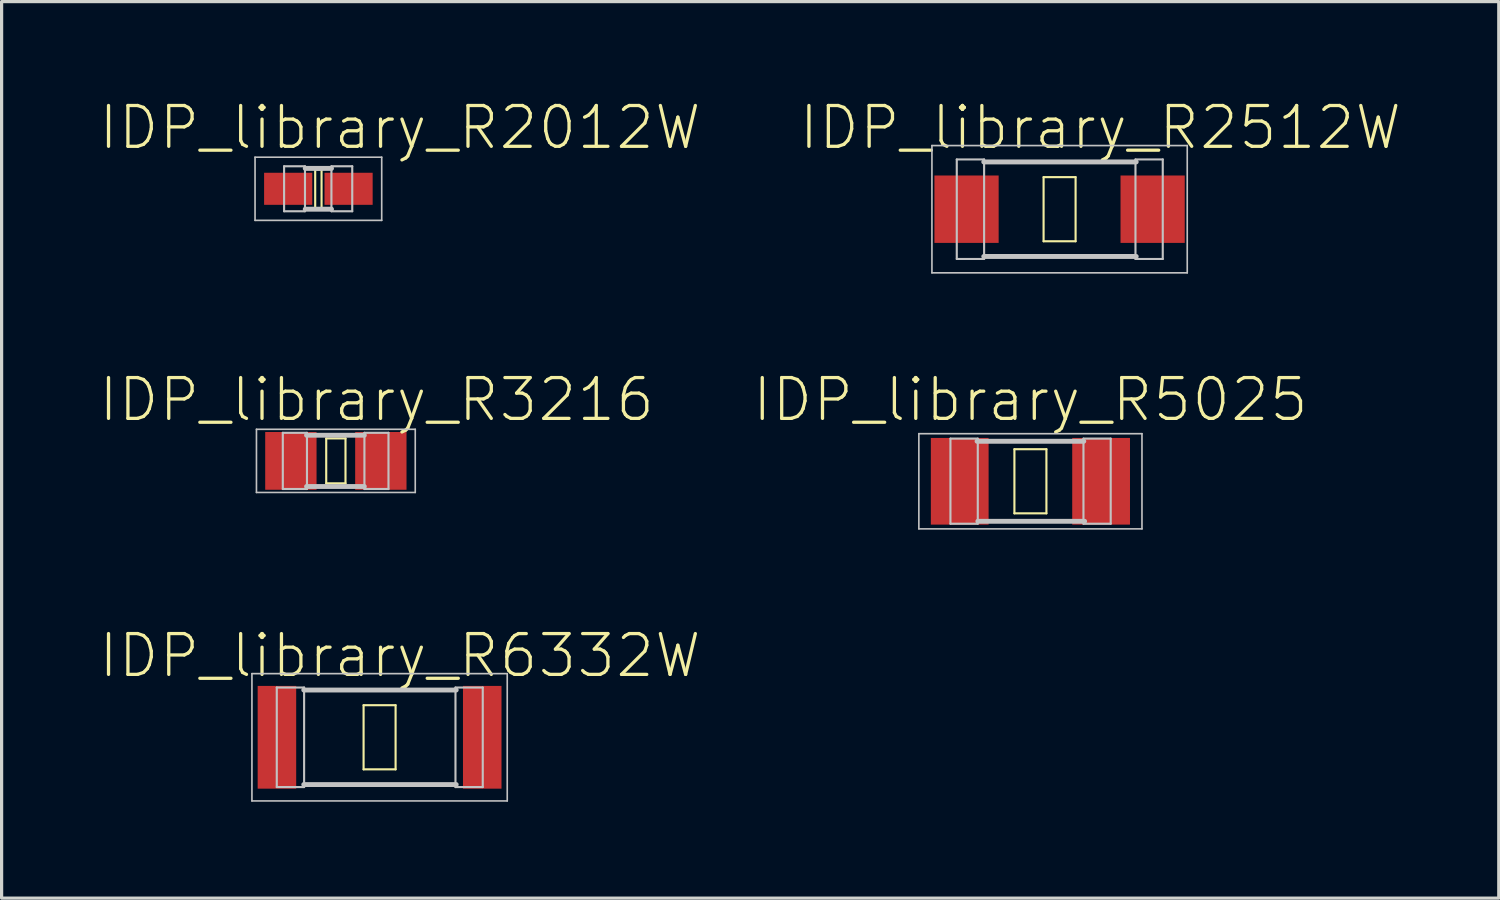
<source format=kicad_pcb>
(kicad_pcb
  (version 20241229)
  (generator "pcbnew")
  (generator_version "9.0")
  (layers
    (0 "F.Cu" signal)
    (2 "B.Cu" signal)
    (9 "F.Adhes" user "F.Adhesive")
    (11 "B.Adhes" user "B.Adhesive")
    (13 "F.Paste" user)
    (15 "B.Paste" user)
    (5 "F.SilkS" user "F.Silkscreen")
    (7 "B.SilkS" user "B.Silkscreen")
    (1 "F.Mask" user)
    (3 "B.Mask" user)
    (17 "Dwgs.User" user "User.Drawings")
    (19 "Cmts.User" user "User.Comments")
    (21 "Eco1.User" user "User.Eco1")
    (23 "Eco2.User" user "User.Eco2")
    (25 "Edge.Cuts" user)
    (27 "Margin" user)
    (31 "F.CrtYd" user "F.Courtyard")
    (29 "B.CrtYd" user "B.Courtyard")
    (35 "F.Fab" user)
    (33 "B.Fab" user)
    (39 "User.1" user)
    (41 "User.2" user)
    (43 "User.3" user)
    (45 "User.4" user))
  (footprint "IDP_library_R6332W"
    (layer "F.Cu")
    (at 8.764 19.897)
    (property "Reference" "IDP_library_R6332W" (at 0.635 -2.54 0) (layer "F.SilkS") (effects (font (size 1.27 1.27) (thickness 0.102))))
    (attr smd)
    (fp_line (start -0.498 -0.998) (end 0.498 -0.998) (stroke (width 0.066) (type solid)) (layer "F.SilkS"))
    (fp_line (start -0.498 0.998) (end -0.498 -0.998) (stroke (width 0.066) (type solid)) (layer "F.SilkS"))
    (fp_line (start -0.498 0.998) (end 0.498 0.998) (stroke (width 0.066) (type solid)) (layer "F.SilkS"))
    (fp_line (start 0.498 0.998) (end 0.498 -0.998) (stroke (width 0.066) (type solid)) (layer "F.SilkS"))
    (fp_line (start -3.973 -1.981) (end 3.973 -1.981) (stroke (width 0.051) (type solid)) (layer "Dwgs.User"))
    (fp_line (start -3.973 1.981) (end -3.973 -1.981) (stroke (width 0.051) (type solid)) (layer "Dwgs.User"))
    (fp_line (start -3.2 -1.549) (end -2.349 -1.549) (stroke (width 0.066) (type solid)) (layer "Dwgs.User"))
    (fp_line (start -3.2 1.549) (end -3.2 -1.549) (stroke (width 0.066) (type solid)) (layer "Dwgs.User"))
    (fp_line (start -3.2 1.549) (end -2.349 1.549) (stroke (width 0.066) (type solid)) (layer "Dwgs.User"))
    (fp_line (start -2.36 -1.471) (end 2.385 -1.471) (stroke (width 0.152) (type solid)) (layer "Dwgs.User"))
    (fp_line (start -2.36 1.471) (end 2.385 1.471) (stroke (width 0.152) (type solid)) (layer "Dwgs.User"))
    (fp_line (start -2.349 1.549) (end -2.349 -1.549) (stroke (width 0.066) (type solid)) (layer "Dwgs.User"))
    (fp_line (start 2.362 -1.549) (end 3.211 -1.549) (stroke (width 0.066) (type solid)) (layer "Dwgs.User"))
    (fp_line (start 2.362 1.549) (end 2.362 -1.549) (stroke (width 0.066) (type solid)) (layer "Dwgs.User"))
    (fp_line (start 2.362 1.549) (end 3.211 1.549) (stroke (width 0.066) (type solid)) (layer "Dwgs.User"))
    (fp_line (start 3.211 1.549) (end 3.211 -1.549) (stroke (width 0.066) (type solid)) (layer "Dwgs.User"))
    (fp_line (start 3.973 -1.981) (end 3.973 1.981) (stroke (width 0.051) (type solid)) (layer "Dwgs.User"))
    (fp_line (start 3.973 1.981) (end -3.973 1.981) (stroke (width 0.051) (type solid)) (layer "Dwgs.User"))
    (pad "1" smd rect (at -3.195 0) (size 1.199 3.198) (layers "F.Cu" "F.Mask" "F.Paste"))
    (pad "2" smd rect (at 3.195 0) (size 1.199 3.198) (layers "F.Cu" "F.Mask" "F.Paste")))
  (footprint "IDP_library_R2012W"
    (layer "F.Cu")
    (at 6.859 2.826)
    (property "Reference" "IDP_library_R2012W" (at 2.54 -1.905 0) (layer "F.SilkS") (effects (font (size 1.27 1.27) (thickness 0.102))))
    (attr smd)
    (fp_line (start -0.099 -0.599) (end 0.099 -0.599) (stroke (width 0.066) (type solid)) (layer "F.SilkS"))
    (fp_line (start -0.099 0.599) (end -0.099 -0.599) (stroke (width 0.066) (type solid)) (layer "F.SilkS"))
    (fp_line (start -0.099 0.599) (end 0.099 0.599) (stroke (width 0.066) (type solid)) (layer "F.SilkS"))
    (fp_line (start 0.099 0.599) (end 0.099 -0.599) (stroke (width 0.066) (type solid)) (layer "F.SilkS"))
    (fp_line (start -1.971 -0.983) (end 1.971 -0.983) (stroke (width 0.051) (type solid)) (layer "Dwgs.User"))
    (fp_line (start -1.971 0.983) (end -1.971 -0.983) (stroke (width 0.051) (type solid)) (layer "Dwgs.User"))
    (fp_line (start -1.067 -0.701) (end -0.417 -0.701) (stroke (width 0.066) (type solid)) (layer "Dwgs.User"))
    (fp_line (start -1.067 0.699) (end -1.067 -0.701) (stroke (width 0.066) (type solid)) (layer "Dwgs.User"))
    (fp_line (start -1.067 0.699) (end -0.417 0.699) (stroke (width 0.066) (type solid)) (layer "Dwgs.User"))
    (fp_line (start -0.417 0.699) (end -0.417 -0.701) (stroke (width 0.066) (type solid)) (layer "Dwgs.User"))
    (fp_line (start -0.409 -0.635) (end 0.409 -0.635) (stroke (width 0.152) (type solid)) (layer "Dwgs.User"))
    (fp_line (start -0.409 0.635) (end 0.409 0.635) (stroke (width 0.152) (type solid)) (layer "Dwgs.User"))
    (fp_line (start 0.406 -0.701) (end 1.054 -0.701) (stroke (width 0.066) (type solid)) (layer "Dwgs.User"))
    (fp_line (start 0.406 0.699) (end 0.406 -0.701) (stroke (width 0.066) (type solid)) (layer "Dwgs.User"))
    (fp_line (start 0.406 0.699) (end 1.054 0.699) (stroke (width 0.066) (type solid)) (layer "Dwgs.User"))
    (fp_line (start 1.054 0.699) (end 1.054 -0.701) (stroke (width 0.066) (type solid)) (layer "Dwgs.User"))
    (fp_line (start 1.971 -0.983) (end 1.971 0.983) (stroke (width 0.051) (type solid)) (layer "Dwgs.User"))
    (fp_line (start 1.971 0.983) (end -1.971 0.983) (stroke (width 0.051) (type solid)) (layer "Dwgs.User"))
    (pad "1" smd rect (at -0.94 0) (size 1.499 0.998) (layers "F.Cu" "F.Mask" "F.Paste"))
    (pad "2" smd rect (at 0.94 0) (size 1.499 0.998) (layers "F.Cu" "F.Mask" "F.Paste")))
  (footprint "IDP_library_R5025"
    (layer "F.Cu")
    (at 29.02 11.929)
    (property "Reference" "IDP_library_R5025" (at 0 -2.54 0) (layer "F.SilkS") (effects (font (size 1.27 1.27) (thickness 0.102))))
    (attr smd)
    (fp_line (start -0.498 -0.998) (end 0.498 -0.998) (stroke (width 0.066) (type solid)) (layer "F.SilkS"))
    (fp_line (start -0.498 0.998) (end -0.498 -0.998) (stroke (width 0.066) (type solid)) (layer "F.SilkS"))
    (fp_line (start -0.498 0.998) (end 0.498 0.998) (stroke (width 0.066) (type solid)) (layer "F.SilkS"))
    (fp_line (start 0.498 0.998) (end 0.498 -0.998) (stroke (width 0.066) (type solid)) (layer "F.SilkS"))
    (fp_line (start -3.472 -1.481) (end 3.472 -1.481) (stroke (width 0.051) (type solid)) (layer "Dwgs.User"))
    (fp_line (start -3.472 1.481) (end -3.472 -1.481) (stroke (width 0.051) (type solid)) (layer "Dwgs.User"))
    (fp_line (start -2.489 -1.328) (end -1.638 -1.328) (stroke (width 0.066) (type solid)) (layer "Dwgs.User"))
    (fp_line (start -2.489 1.321) (end -2.489 -1.328) (stroke (width 0.066) (type solid)) (layer "Dwgs.User"))
    (fp_line (start -2.489 1.321) (end -1.638 1.321) (stroke (width 0.066) (type solid)) (layer "Dwgs.User"))
    (fp_line (start -1.661 -1.245) (end 1.661 -1.245) (stroke (width 0.152) (type solid)) (layer "Dwgs.User"))
    (fp_line (start -1.638 1.321) (end -1.638 -1.328) (stroke (width 0.066) (type solid)) (layer "Dwgs.User"))
    (fp_line (start -1.636 1.245) (end 1.687 1.245) (stroke (width 0.152) (type solid)) (layer "Dwgs.User"))
    (fp_line (start 1.651 -1.328) (end 2.499 -1.328) (stroke (width 0.066) (type solid)) (layer "Dwgs.User"))
    (fp_line (start 1.651 1.321) (end 1.651 -1.328) (stroke (width 0.066) (type solid)) (layer "Dwgs.User"))
    (fp_line (start 1.651 1.321) (end 2.499 1.321) (stroke (width 0.066) (type solid)) (layer "Dwgs.User"))
    (fp_line (start 2.499 1.321) (end 2.499 -1.328) (stroke (width 0.066) (type solid)) (layer "Dwgs.User"))
    (fp_line (start 3.472 -1.481) (end 3.472 1.481) (stroke (width 0.051) (type solid)) (layer "Dwgs.User"))
    (fp_line (start 3.472 1.481) (end -3.472 1.481) (stroke (width 0.051) (type solid)) (layer "Dwgs.User"))
    (pad "1" smd rect (at -2.2 0) (size 1.798 2.697) (layers "F.Cu" "F.Mask" "F.Paste"))
    (pad "2" smd rect (at 2.2 0) (size 1.798 2.697) (layers "F.Cu" "F.Mask" "F.Paste")))
  (footprint "IDP_library_R3216"
    (layer "F.Cu")
    (at 7.403 11.294)
    (property "Reference" "IDP_library_R3216" (at 1.27 -1.905 0) (layer "F.SilkS") (effects (font (size 1.27 1.27) (thickness 0.102))))
    (attr smd)
    (fp_line (start -0.3 -0.699) (end 0.3 -0.699) (stroke (width 0.066) (type solid)) (layer "F.SilkS"))
    (fp_line (start -0.3 0.699) (end -0.3 -0.699) (stroke (width 0.066) (type solid)) (layer "F.SilkS"))
    (fp_line (start -0.3 0.699) (end 0.3 0.699) (stroke (width 0.066) (type solid)) (layer "F.SilkS"))
    (fp_line (start 0.3 0.699) (end 0.3 -0.699) (stroke (width 0.066) (type solid)) (layer "F.SilkS"))
    (fp_line (start -2.471 -0.983) (end 2.471 -0.983) (stroke (width 0.051) (type solid)) (layer "Dwgs.User"))
    (fp_line (start -2.471 0.983) (end -2.471 -0.983) (stroke (width 0.051) (type solid)) (layer "Dwgs.User"))
    (fp_line (start -1.651 -0.874) (end -0.899 -0.874) (stroke (width 0.066) (type solid)) (layer "Dwgs.User"))
    (fp_line (start -1.651 0.876) (end -1.651 -0.874) (stroke (width 0.066) (type solid)) (layer "Dwgs.User"))
    (fp_line (start -1.651 0.876) (end -0.899 0.876) (stroke (width 0.066) (type solid)) (layer "Dwgs.User"))
    (fp_line (start -0.912 -0.798) (end 0.886 -0.798) (stroke (width 0.152) (type solid)) (layer "Dwgs.User"))
    (fp_line (start -0.912 0.798) (end 0.886 0.798) (stroke (width 0.152) (type solid)) (layer "Dwgs.User"))
    (fp_line (start -0.899 0.876) (end -0.899 -0.874) (stroke (width 0.066) (type solid)) (layer "Dwgs.User"))
    (fp_line (start 0.889 -0.874) (end 1.638 -0.874) (stroke (width 0.066) (type solid)) (layer "Dwgs.User"))
    (fp_line (start 0.889 0.876) (end 0.889 -0.874) (stroke (width 0.066) (type solid)) (layer "Dwgs.User"))
    (fp_line (start 0.889 0.876) (end 1.638 0.876) (stroke (width 0.066) (type solid)) (layer "Dwgs.User"))
    (fp_line (start 1.638 0.876) (end 1.638 -0.874) (stroke (width 0.066) (type solid)) (layer "Dwgs.User"))
    (fp_line (start 2.471 -0.983) (end 2.471 0.983) (stroke (width 0.051) (type solid)) (layer "Dwgs.User"))
    (fp_line (start 2.471 0.983) (end -2.471 0.983) (stroke (width 0.051) (type solid)) (layer "Dwgs.User"))
    (pad "1" smd rect (at -1.4 0) (size 1.598 1.798) (layers "F.Cu" "F.Mask" "F.Paste"))
    (pad "2" smd rect (at 1.4 0) (size 1.598 1.798) (layers "F.Cu" "F.Mask" "F.Paste")))
  (footprint "IDP_library_R2512W"
    (layer "F.Cu")
    (at 29.928 3.461)
    (property "Reference" "IDP_library_R2512W" (at 1.27 -2.54 0) (layer "F.SilkS") (effects (font (size 1.27 1.27) (thickness 0.102))))
    (attr smd)
    (fp_line (start -0.498 -0.998) (end 0.498 -0.998) (stroke (width 0.066) (type solid)) (layer "F.SilkS"))
    (fp_line (start -0.498 0.998) (end -0.498 -0.998) (stroke (width 0.066) (type solid)) (layer "F.SilkS"))
    (fp_line (start -0.498 0.998) (end 0.498 0.998) (stroke (width 0.066) (type solid)) (layer "F.SilkS"))
    (fp_line (start 0.498 0.998) (end 0.498 -0.998) (stroke (width 0.066) (type solid)) (layer "F.SilkS"))
    (fp_line (start -3.973 -1.981) (end 3.973 -1.981) (stroke (width 0.051) (type solid)) (layer "Dwgs.User"))
    (fp_line (start -3.973 1.981) (end -3.973 -1.981) (stroke (width 0.051) (type solid)) (layer "Dwgs.User"))
    (fp_line (start -3.2 -1.549) (end -2.349 -1.549) (stroke (width 0.066) (type solid)) (layer "Dwgs.User"))
    (fp_line (start -3.2 1.549) (end -3.2 -1.549) (stroke (width 0.066) (type solid)) (layer "Dwgs.User"))
    (fp_line (start -3.2 1.549) (end -2.349 1.549) (stroke (width 0.066) (type solid)) (layer "Dwgs.User"))
    (fp_line (start -2.36 -1.471) (end 2.385 -1.471) (stroke (width 0.152) (type solid)) (layer "Dwgs.User"))
    (fp_line (start -2.36 1.471) (end 2.385 1.471) (stroke (width 0.152) (type solid)) (layer "Dwgs.User"))
    (fp_line (start -2.349 1.549) (end -2.349 -1.549) (stroke (width 0.066) (type solid)) (layer "Dwgs.User"))
    (fp_line (start 2.362 -1.549) (end 3.211 -1.549) (stroke (width 0.066) (type solid)) (layer "Dwgs.User"))
    (fp_line (start 2.362 1.549) (end 2.362 -1.549) (stroke (width 0.066) (type solid)) (layer "Dwgs.User"))
    (fp_line (start 2.362 1.549) (end 3.211 1.549) (stroke (width 0.066) (type solid)) (layer "Dwgs.User"))
    (fp_line (start 3.211 1.549) (end 3.211 -1.549) (stroke (width 0.066) (type solid)) (layer "Dwgs.User"))
    (fp_line (start 3.973 -1.981) (end 3.973 1.981) (stroke (width 0.051) (type solid)) (layer "Dwgs.User"))
    (fp_line (start 3.973 1.981) (end -3.973 1.981) (stroke (width 0.051) (type solid)) (layer "Dwgs.User"))
    (pad "1" smd rect (at -2.896 0) (size 1.999 2.098) (layers "F.Cu" "F.Mask" "F.Paste"))
    (pad "2" smd rect (at 2.896 0) (size 1.999 2.098) (layers "F.Cu" "F.Mask" "F.Paste")))
  (gr_rect
    (start -3 -3)
    (end 43.597 24.903)
    (stroke (width 0.1) (type default))
    (fill no)
    (layer "Edge.Cuts")))
</source>
